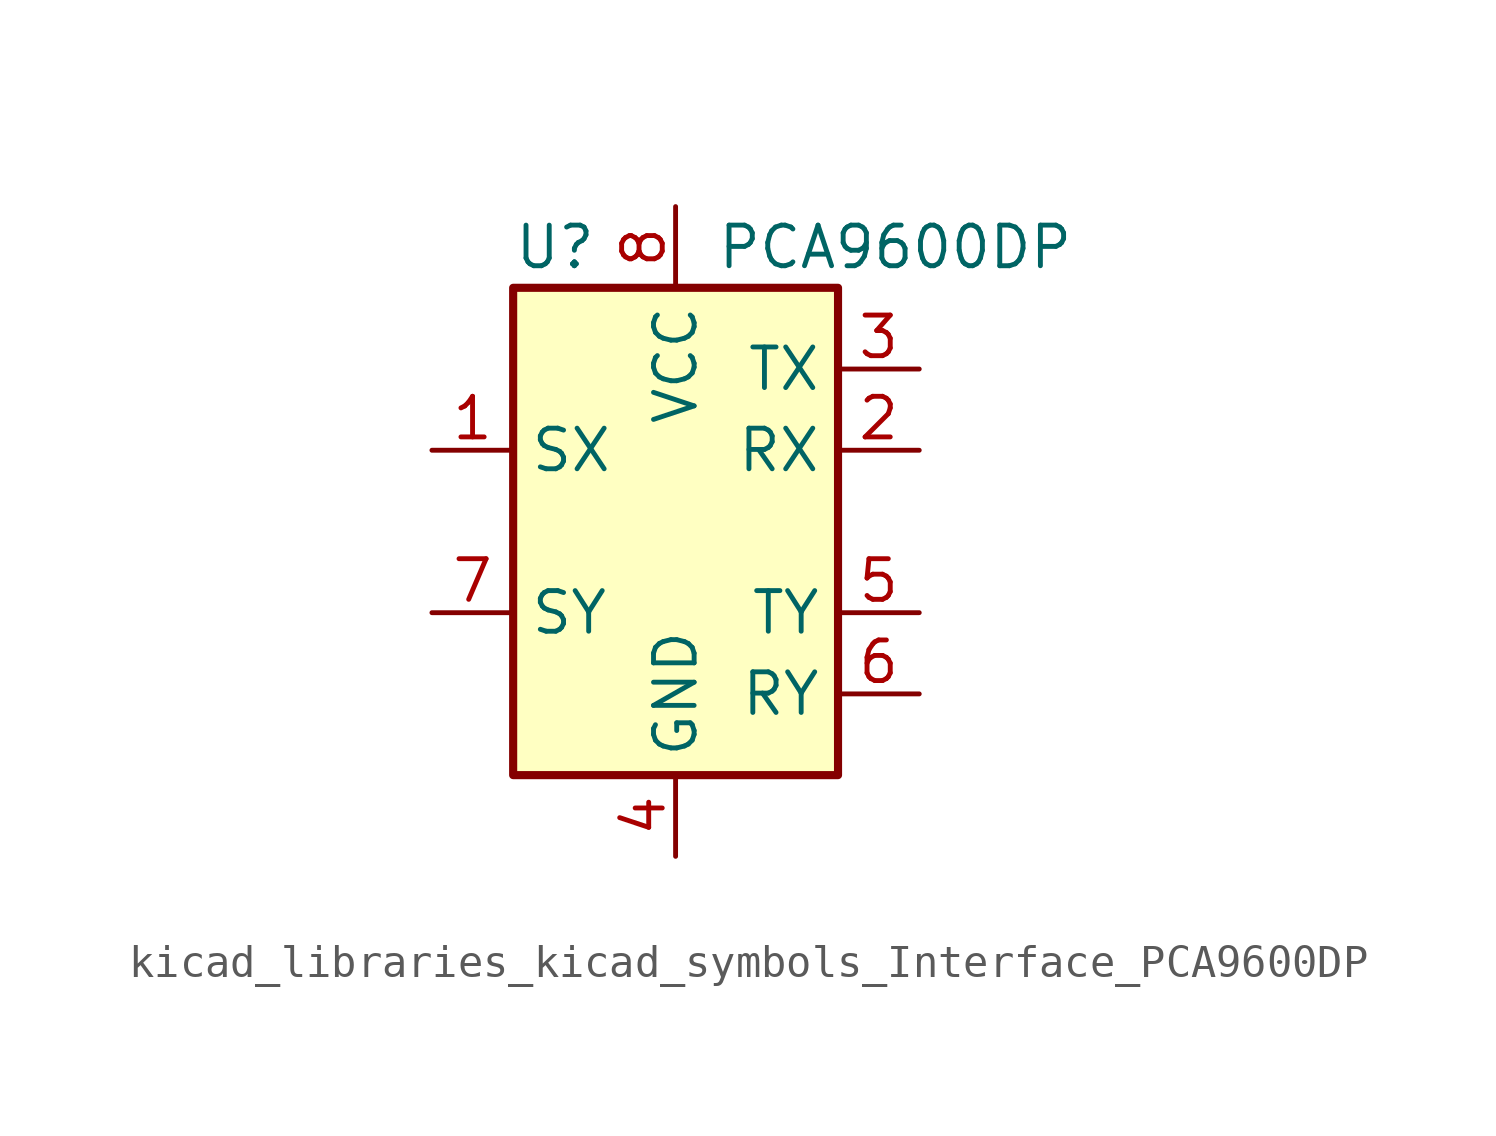
<source format=kicad_sym>
(kicad_symbol_lib
  (version 20220914)
  (generator kicad_symbol_editor)
  (symbol "kicad_libraries_kicad_symbols_Interface_PCA9600DP"
    (property "Reference" "U"
      (at -5.08 8.89 0)
      (effects (font (size 1.27 1.27)) (justify left)))
    (property "Value" "PCA9600DP"
      (at 1.27 8.89 0)
      (effects (font (size 1.27 1.27)) (justify left)))
    (symbol "kicad_libraries_kicad_symbols_Interface_PCA9600DP_0_1"
      (rectangle (start -5.08 7.62) (end 5.08 -7.62) (stroke (width 0.254) (type default)) (fill (type background))))
    (symbol "kicad_libraries_kicad_symbols_Interface_PCA9600DP_1_1"
      (pin bidirectional line (at -7.62 2.54 0) (length 2.54) (name "SX" (effects (font (size 1.27 1.27)))) (number "1" (effects (font (size 1.27 1.27)))))
      (pin input line (at 7.62 2.54 180) (length 2.54) (name "RX" (effects (font (size 1.27 1.27)))) (number "2" (effects (font (size 1.27 1.27)))))
      (pin open_collector line (at 7.62 5.08 180) (length 2.54) (name "TX" (effects (font (size 1.27 1.27)))) (number "3" (effects (font (size 1.27 1.27)))))
      (pin power_in line (at 0 -10.16 90) (length 2.54) (name "GND" (effects (font (size 1.27 1.27)))) (number "4" (effects (font (size 1.27 1.27)))))
      (pin open_collector line (at 7.62 -2.54 180) (length 2.54) (name "TY" (effects (font (size 1.27 1.27)))) (number "5" (effects (font (size 1.27 1.27)))))
      (pin input line (at 7.62 -5.08 180) (length 2.54) (name "RY" (effects (font (size 1.27 1.27)))) (number "6" (effects (font (size 1.27 1.27)))))
      (pin bidirectional line (at -7.62 -2.54 0) (length 2.54) (name "SY" (effects (font (size 1.27 1.27)))) (number "7" (effects (font (size 1.27 1.27)))))
      (pin power_in line (at 0 10.16 270) (length 2.54) (name "VCC" (effects (font (size 1.27 1.27)))) (number "8" (effects (font (size 1.27 1.27))))))))
</source>
